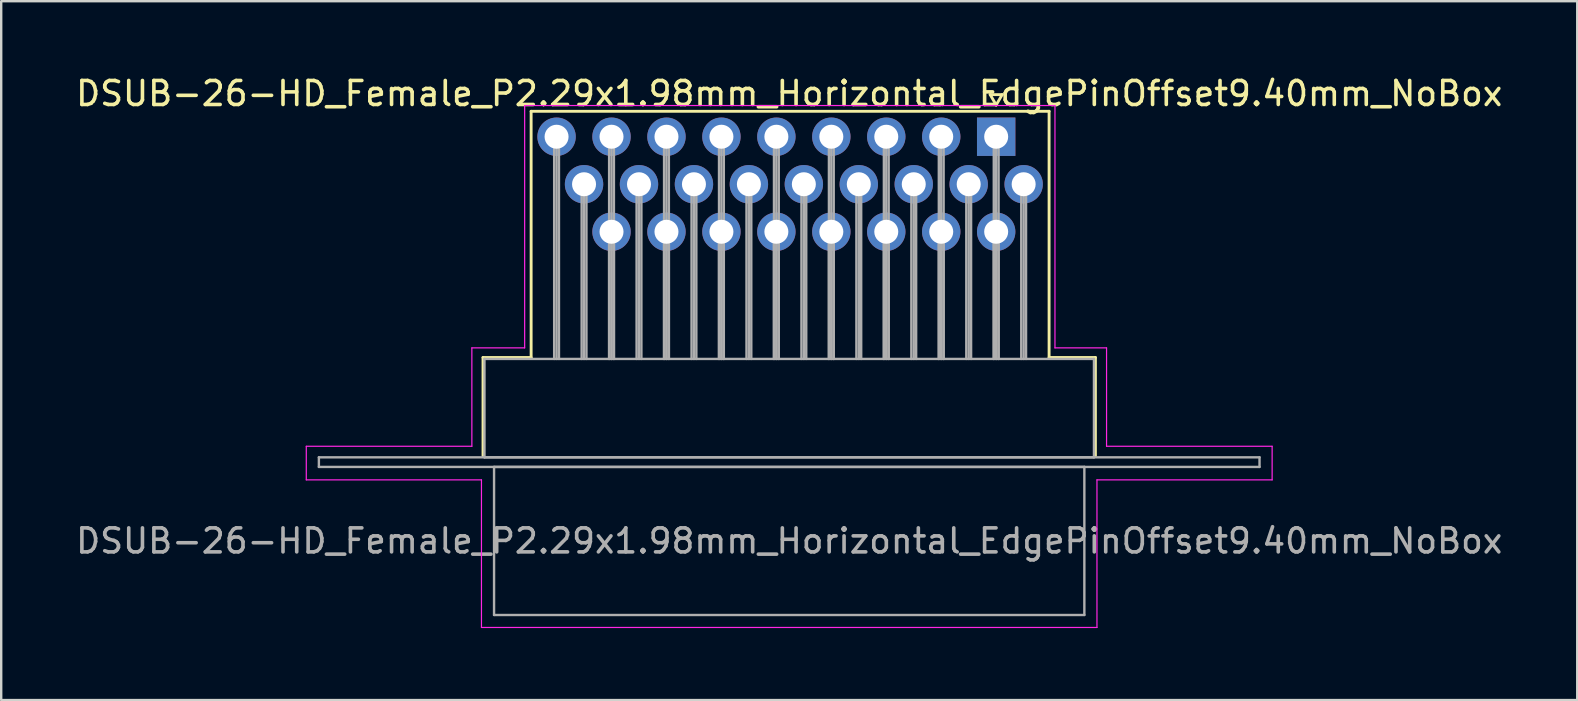
<source format=kicad_pcb>
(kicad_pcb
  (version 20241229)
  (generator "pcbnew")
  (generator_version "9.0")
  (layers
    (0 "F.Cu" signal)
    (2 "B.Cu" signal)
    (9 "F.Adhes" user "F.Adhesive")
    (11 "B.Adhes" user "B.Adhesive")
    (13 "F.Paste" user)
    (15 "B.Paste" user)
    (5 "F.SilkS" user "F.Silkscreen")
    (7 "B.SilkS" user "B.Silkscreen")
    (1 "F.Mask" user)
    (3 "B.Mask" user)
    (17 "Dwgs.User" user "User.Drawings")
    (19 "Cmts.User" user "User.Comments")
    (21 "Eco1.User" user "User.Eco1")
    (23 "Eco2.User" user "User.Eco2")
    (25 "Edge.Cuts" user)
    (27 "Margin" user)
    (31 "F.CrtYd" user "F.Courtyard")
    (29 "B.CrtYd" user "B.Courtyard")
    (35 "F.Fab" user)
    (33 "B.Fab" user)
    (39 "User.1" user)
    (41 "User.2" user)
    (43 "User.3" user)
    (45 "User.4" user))
  (footprint "DSUB-26-HD_Female_P2.29x1.98mm_Horizontal_EdgePinOffset9.40mm_NoBox"
    (layer "F.Cu")
    (at 38.464 2.648)
    (property "Reference" "DSUB-26-HD_Female_P2.29x1.98mm_Horizontal_EdgePinOffset9.40mm_NoBox" (at -8.625 -1.8 0) (layer "F.SilkS") (effects (font (size 1 1) (thickness 0.15))))
    (attr through_hole)
    (fp_line (start -21.385 9.2) (end -19.38 9.2) (stroke (width 0.12) (type solid)) (layer "F.SilkS"))
    (fp_line (start -21.385 13.3) (end -21.385 9.2) (stroke (width 0.12) (type solid)) (layer "F.SilkS"))
    (fp_line (start -19.38 -1.06) (end 2.205 -1.06) (stroke (width 0.12) (type solid)) (layer "F.SilkS"))
    (fp_line (start -19.38 9.2) (end -19.38 -1.06) (stroke (width 0.12) (type solid)) (layer "F.SilkS"))
    (fp_line (start -0.25 -1.754) (end 0.25 -1.754) (stroke (width 0.12) (type solid)) (layer "F.SilkS"))
    (fp_line (start 0 -1.321) (end -0.25 -1.754) (stroke (width 0.12) (type solid)) (layer "F.SilkS"))
    (fp_line (start 0.25 -1.754) (end 0 -1.321) (stroke (width 0.12) (type solid)) (layer "F.SilkS"))
    (fp_line (start 2.205 -1.06) (end 2.205 9.2) (stroke (width 0.12) (type solid)) (layer "F.SilkS"))
    (fp_line (start 2.205 9.2) (end 4.135 9.2) (stroke (width 0.12) (type solid)) (layer "F.SilkS"))
    (fp_line (start 4.135 9.2) (end 4.135 13.3) (stroke (width 0.12) (type solid)) (layer "F.SilkS"))
    (fp_line (start -28.75 12.9) (end -21.85 12.9) (stroke (width 0.05) (type solid)) (layer "F.CrtYd"))
    (fp_line (start -28.75 14.3) (end -28.75 12.9) (stroke (width 0.05) (type solid)) (layer "F.CrtYd"))
    (fp_line (start -21.85 8.8) (end -19.65 8.8) (stroke (width 0.05) (type solid)) (layer "F.CrtYd"))
    (fp_line (start -21.85 12.9) (end -21.85 8.8) (stroke (width 0.05) (type solid)) (layer "F.CrtYd"))
    (fp_line (start -21.45 14.3) (end -28.75 14.3) (stroke (width 0.05) (type solid)) (layer "F.CrtYd"))
    (fp_line (start -21.45 20.45) (end -21.45 14.3) (stroke (width 0.05) (type solid)) (layer "F.CrtYd"))
    (fp_line (start -19.65 -1.3) (end 2.45 -1.3) (stroke (width 0.05) (type solid)) (layer "F.CrtYd"))
    (fp_line (start -19.65 8.8) (end -19.65 -1.3) (stroke (width 0.05) (type solid)) (layer "F.CrtYd"))
    (fp_line (start 2.45 -1.3) (end 2.45 8.8) (stroke (width 0.05) (type solid)) (layer "F.CrtYd"))
    (fp_line (start 2.45 8.8) (end 4.6 8.8) (stroke (width 0.05) (type solid)) (layer "F.CrtYd"))
    (fp_line (start 4.2 14.3) (end 4.2 20.45) (stroke (width 0.05) (type solid)) (layer "F.CrtYd"))
    (fp_line (start 4.2 20.45) (end -21.45 20.45) (stroke (width 0.05) (type solid)) (layer "F.CrtYd"))
    (fp_line (start 4.6 8.8) (end 4.6 12.9) (stroke (width 0.05) (type solid)) (layer "F.CrtYd"))
    (fp_line (start 4.6 12.9) (end 11.5 12.9) (stroke (width 0.05) (type solid)) (layer "F.CrtYd"))
    (fp_line (start 11.5 12.9) (end 11.5 14.3) (stroke (width 0.05) (type solid)) (layer "F.CrtYd"))
    (fp_line (start 11.5 14.3) (end 4.2 14.3) (stroke (width 0.05) (type solid)) (layer "F.CrtYd"))
    (fp_line (start -28.225 13.36) (end -28.225 13.76) (stroke (width 0.1) (type solid)) (layer "F.Fab"))
    (fp_line (start -28.225 13.76) (end 10.975 13.76) (stroke (width 0.1) (type solid)) (layer "F.Fab"))
    (fp_line (start -21.325 9.26) (end -21.325 13.36) (stroke (width 0.1) (type solid)) (layer "F.Fab"))
    (fp_line (start -21.325 13.36) (end 4.075 13.36) (stroke (width 0.1) (type solid)) (layer "F.Fab"))
    (fp_line (start -20.925 13.76) (end -20.925 19.93) (stroke (width 0.1) (type solid)) (layer "F.Fab"))
    (fp_line (start -20.925 19.93) (end 3.675 19.93) (stroke (width 0.1) (type solid)) (layer "F.Fab"))
    (fp_line (start -18.42 0) (end -18.42 9.26) (stroke (width 0.1) (type solid)) (layer "F.Fab"))
    (fp_line (start -18.32 0) (end -18.32 9.26) (stroke (width 0.1) (type solid)) (layer "F.Fab"))
    (fp_line (start -18.22 0) (end -18.22 9.26) (stroke (width 0.1) (type solid)) (layer "F.Fab"))
    (fp_line (start -17.275 1.98) (end -17.275 9.26) (stroke (width 0.1) (type solid)) (layer "F.Fab"))
    (fp_line (start -17.175 1.98) (end -17.175 9.26) (stroke (width 0.1) (type solid)) (layer "F.Fab"))
    (fp_line (start -17.075 1.98) (end -17.075 9.26) (stroke (width 0.1) (type solid)) (layer "F.Fab"))
    (fp_line (start -16.13 0) (end -16.13 9.26) (stroke (width 0.1) (type solid)) (layer "F.Fab"))
    (fp_line (start -16.13 3.96) (end -16.13 9.26) (stroke (width 0.1) (type solid)) (layer "F.Fab"))
    (fp_line (start -16.03 0) (end -16.03 9.26) (stroke (width 0.1) (type solid)) (layer "F.Fab"))
    (fp_line (start -16.03 3.96) (end -16.03 9.26) (stroke (width 0.1) (type solid)) (layer "F.Fab"))
    (fp_line (start -15.93 0) (end -15.93 9.26) (stroke (width 0.1) (type solid)) (layer "F.Fab"))
    (fp_line (start -15.93 3.96) (end -15.93 9.26) (stroke (width 0.1) (type solid)) (layer "F.Fab"))
    (fp_line (start -14.985 1.98) (end -14.985 9.26) (stroke (width 0.1) (type solid)) (layer "F.Fab"))
    (fp_line (start -14.885 1.98) (end -14.885 9.26) (stroke (width 0.1) (type solid)) (layer "F.Fab"))
    (fp_line (start -14.785 1.98) (end -14.785 9.26) (stroke (width 0.1) (type solid)) (layer "F.Fab"))
    (fp_line (start -13.84 0) (end -13.84 9.26) (stroke (width 0.1) (type solid)) (layer "F.Fab"))
    (fp_line (start -13.84 3.96) (end -13.84 9.26) (stroke (width 0.1) (type solid)) (layer "F.Fab"))
    (fp_line (start -13.74 0) (end -13.74 9.26) (stroke (width 0.1) (type solid)) (layer "F.Fab"))
    (fp_line (start -13.74 3.96) (end -13.74 9.26) (stroke (width 0.1) (type solid)) (layer "F.Fab"))
    (fp_line (start -13.64 0) (end -13.64 9.26) (stroke (width 0.1) (type solid)) (layer "F.Fab"))
    (fp_line (start -13.64 3.96) (end -13.64 9.26) (stroke (width 0.1) (type solid)) (layer "F.Fab"))
    (fp_line (start -12.695 1.98) (end -12.695 9.26) (stroke (width 0.1) (type solid)) (layer "F.Fab"))
    (fp_line (start -12.595 1.98) (end -12.595 9.26) (stroke (width 0.1) (type solid)) (layer "F.Fab"))
    (fp_line (start -12.495 1.98) (end -12.495 9.26) (stroke (width 0.1) (type solid)) (layer "F.Fab"))
    (fp_line (start -11.55 0) (end -11.55 9.26) (stroke (width 0.1) (type solid)) (layer "F.Fab"))
    (fp_line (start -11.55 3.96) (end -11.55 9.26) (stroke (width 0.1) (type solid)) (layer "F.Fab"))
    (fp_line (start -11.45 0) (end -11.45 9.26) (stroke (width 0.1) (type solid)) (layer "F.Fab"))
    (fp_line (start -11.45 3.96) (end -11.45 9.26) (stroke (width 0.1) (type solid)) (layer "F.Fab"))
    (fp_line (start -11.35 0) (end -11.35 9.26) (stroke (width 0.1) (type solid)) (layer "F.Fab"))
    (fp_line (start -11.35 3.96) (end -11.35 9.26) (stroke (width 0.1) (type solid)) (layer "F.Fab"))
    (fp_line (start -10.405 1.98) (end -10.405 9.26) (stroke (width 0.1) (type solid)) (layer "F.Fab"))
    (fp_line (start -10.305 1.98) (end -10.305 9.26) (stroke (width 0.1) (type solid)) (layer "F.Fab"))
    (fp_line (start -10.205 1.98) (end -10.205 9.26) (stroke (width 0.1) (type solid)) (layer "F.Fab"))
    (fp_line (start -9.26 0) (end -9.26 9.26) (stroke (width 0.1) (type solid)) (layer "F.Fab"))
    (fp_line (start -9.26 3.96) (end -9.26 9.26) (stroke (width 0.1) (type solid)) (layer "F.Fab"))
    (fp_line (start -9.16 0) (end -9.16 9.26) (stroke (width 0.1) (type solid)) (layer "F.Fab"))
    (fp_line (start -9.16 3.96) (end -9.16 9.26) (stroke (width 0.1) (type solid)) (layer "F.Fab"))
    (fp_line (start -9.06 0) (end -9.06 9.26) (stroke (width 0.1) (type solid)) (layer "F.Fab"))
    (fp_line (start -9.06 3.96) (end -9.06 9.26) (stroke (width 0.1) (type solid)) (layer "F.Fab"))
    (fp_line (start -8.115 1.98) (end -8.115 9.26) (stroke (width 0.1) (type solid)) (layer "F.Fab"))
    (fp_line (start -8.015 1.98) (end -8.015 9.26) (stroke (width 0.1) (type solid)) (layer "F.Fab"))
    (fp_line (start -7.915 1.98) (end -7.915 9.26) (stroke (width 0.1) (type solid)) (layer "F.Fab"))
    (fp_line (start -6.97 0) (end -6.97 9.26) (stroke (width 0.1) (type solid)) (layer "F.Fab"))
    (fp_line (start -6.97 3.96) (end -6.97 9.26) (stroke (width 0.1) (type solid)) (layer "F.Fab"))
    (fp_line (start -6.87 0) (end -6.87 9.26) (stroke (width 0.1) (type solid)) (layer "F.Fab"))
    (fp_line (start -6.87 3.96) (end -6.87 9.26) (stroke (width 0.1) (type solid)) (layer "F.Fab"))
    (fp_line (start -6.77 0) (end -6.77 9.26) (stroke (width 0.1) (type solid)) (layer "F.Fab"))
    (fp_line (start -6.77 3.96) (end -6.77 9.26) (stroke (width 0.1) (type solid)) (layer "F.Fab"))
    (fp_line (start -5.825 1.98) (end -5.825 9.26) (stroke (width 0.1) (type solid)) (layer "F.Fab"))
    (fp_line (start -5.725 1.98) (end -5.725 9.26) (stroke (width 0.1) (type solid)) (layer "F.Fab"))
    (fp_line (start -5.625 1.98) (end -5.625 9.26) (stroke (width 0.1) (type solid)) (layer "F.Fab"))
    (fp_line (start -4.68 0) (end -4.68 9.26) (stroke (width 0.1) (type solid)) (layer "F.Fab"))
    (fp_line (start -4.68 3.96) (end -4.68 9.26) (stroke (width 0.1) (type solid)) (layer "F.Fab"))
    (fp_line (start -4.58 0) (end -4.58 9.26) (stroke (width 0.1) (type solid)) (layer "F.Fab"))
    (fp_line (start -4.58 3.96) (end -4.58 9.26) (stroke (width 0.1) (type solid)) (layer "F.Fab"))
    (fp_line (start -4.48 0) (end -4.48 9.26) (stroke (width 0.1) (type solid)) (layer "F.Fab"))
    (fp_line (start -4.48 3.96) (end -4.48 9.26) (stroke (width 0.1) (type solid)) (layer "F.Fab"))
    (fp_line (start -3.535 1.98) (end -3.535 9.26) (stroke (width 0.1) (type solid)) (layer "F.Fab"))
    (fp_line (start -3.435 1.98) (end -3.435 9.26) (stroke (width 0.1) (type solid)) (layer "F.Fab"))
    (fp_line (start -3.335 1.98) (end -3.335 9.26) (stroke (width 0.1) (type solid)) (layer "F.Fab"))
    (fp_line (start -2.39 0) (end -2.39 9.26) (stroke (width 0.1) (type solid)) (layer "F.Fab"))
    (fp_line (start -2.39 3.96) (end -2.39 9.26) (stroke (width 0.1) (type solid)) (layer "F.Fab"))
    (fp_line (start -2.29 0) (end -2.29 9.26) (stroke (width 0.1) (type solid)) (layer "F.Fab"))
    (fp_line (start -2.29 3.96) (end -2.29 9.26) (stroke (width 0.1) (type solid)) (layer "F.Fab"))
    (fp_line (start -2.19 0) (end -2.19 9.26) (stroke (width 0.1) (type solid)) (layer "F.Fab"))
    (fp_line (start -2.19 3.96) (end -2.19 9.26) (stroke (width 0.1) (type solid)) (layer "F.Fab"))
    (fp_line (start -1.245 1.98) (end -1.245 9.26) (stroke (width 0.1) (type solid)) (layer "F.Fab"))
    (fp_line (start -1.145 1.98) (end -1.145 9.26) (stroke (width 0.1) (type solid)) (layer "F.Fab"))
    (fp_line (start -1.045 1.98) (end -1.045 9.26) (stroke (width 0.1) (type solid)) (layer "F.Fab"))
    (fp_line (start -0.1 0) (end -0.1 9.26) (stroke (width 0.1) (type solid)) (layer "F.Fab"))
    (fp_line (start -0.1 3.96) (end -0.1 9.26) (stroke (width 0.1) (type solid)) (layer "F.Fab"))
    (fp_line (start 0 0) (end 0 9.26) (stroke (width 0.1) (type solid)) (layer "F.Fab"))
    (fp_line (start 0 3.96) (end 0 9.26) (stroke (width 0.1) (type solid)) (layer "F.Fab"))
    (fp_line (start 0.1 0) (end 0.1 9.26) (stroke (width 0.1) (type solid)) (layer "F.Fab"))
    (fp_line (start 0.1 3.96) (end 0.1 9.26) (stroke (width 0.1) (type solid)) (layer "F.Fab"))
    (fp_line (start 1.045 1.98) (end 1.045 9.26) (stroke (width 0.1) (type solid)) (layer "F.Fab"))
    (fp_line (start 1.145 1.98) (end 1.145 9.26) (stroke (width 0.1) (type solid)) (layer "F.Fab"))
    (fp_line (start 1.245 1.98) (end 1.245 9.26) (stroke (width 0.1) (type solid)) (layer "F.Fab"))
    (fp_line (start 3.675 13.76) (end -20.925 13.76) (stroke (width 0.1) (type solid)) (layer "F.Fab"))
    (fp_line (start 3.675 19.93) (end 3.675 13.76) (stroke (width 0.1) (type solid)) (layer "F.Fab"))
    (fp_line (start 4.075 9.26) (end -21.325 9.26) (stroke (width 0.1) (type solid)) (layer "F.Fab"))
    (fp_line (start 4.075 13.36) (end 4.075 9.26) (stroke (width 0.1) (type solid)) (layer "F.Fab"))
    (fp_line (start 10.975 13.36) (end -28.225 13.36) (stroke (width 0.1) (type solid)) (layer "F.Fab"))
    (fp_line (start 10.975 13.76) (end 10.975 13.36) (stroke (width 0.1) (type solid)) (layer "F.Fab"))
    (fp_text user "${REFERENCE}" (at -8.625 16.845 0) (layer "F.Fab") (effects (font (size 1 1) (thickness 0.15))))
    (pad "1" thru_hole rect (at 0 0) (size 1.6 1.6) (drill 1) (layers "*.Cu" "*.Mask"))
    (pad "2" thru_hole circle (at -2.29 0) (size 1.6 1.6) (drill 1) (layers "*.Cu" "*.Mask"))
    (pad "3" thru_hole circle (at -4.58 0) (size 1.6 1.6) (drill 1) (layers "*.Cu" "*.Mask"))
    (pad "4" thru_hole circle (at -6.87 0) (size 1.6 1.6) (drill 1) (layers "*.Cu" "*.Mask"))
    (pad "5" thru_hole circle (at -9.16 0) (size 1.6 1.6) (drill 1) (layers "*.Cu" "*.Mask"))
    (pad "6" thru_hole circle (at -11.45 0) (size 1.6 1.6) (drill 1) (layers "*.Cu" "*.Mask"))
    (pad "7" thru_hole circle (at -13.74 0) (size 1.6 1.6) (drill 1) (layers "*.Cu" "*.Mask"))
    (pad "8" thru_hole circle (at -16.03 0) (size 1.6 1.6) (drill 1) (layers "*.Cu" "*.Mask"))
    (pad "9" thru_hole circle (at -18.32 0) (size 1.6 1.6) (drill 1) (layers "*.Cu" "*.Mask"))
    (pad "10" thru_hole circle (at 1.145 1.98) (size 1.6 1.6) (drill 1) (layers "*.Cu" "*.Mask"))
    (pad "11" thru_hole circle (at -1.145 1.98) (size 1.6 1.6) (drill 1) (layers "*.Cu" "*.Mask"))
    (pad "12" thru_hole circle (at -3.435 1.98) (size 1.6 1.6) (drill 1) (layers "*.Cu" "*.Mask"))
    (pad "13" thru_hole circle (at -5.725 1.98) (size 1.6 1.6) (drill 1) (layers "*.Cu" "*.Mask"))
    (pad "14" thru_hole circle (at -8.015 1.98) (size 1.6 1.6) (drill 1) (layers "*.Cu" "*.Mask"))
    (pad "15" thru_hole circle (at -10.305 1.98) (size 1.6 1.6) (drill 1) (layers "*.Cu" "*.Mask"))
    (pad "16" thru_hole circle (at -12.595 1.98) (size 1.6 1.6) (drill 1) (layers "*.Cu" "*.Mask"))
    (pad "17" thru_hole circle (at -14.885 1.98) (size 1.6 1.6) (drill 1) (layers "*.Cu" "*.Mask"))
    (pad "18" thru_hole circle (at -17.175 1.98) (size 1.6 1.6) (drill 1) (layers "*.Cu" "*.Mask"))
    (pad "19" thru_hole circle (at 0 3.96) (size 1.6 1.6) (drill 1) (layers "*.Cu" "*.Mask"))
    (pad "20" thru_hole circle (at -2.29 3.96) (size 1.6 1.6) (drill 1) (layers "*.Cu" "*.Mask"))
    (pad "21" thru_hole circle (at -4.58 3.96) (size 1.6 1.6) (drill 1) (layers "*.Cu" "*.Mask"))
    (pad "22" thru_hole circle (at -6.87 3.96) (size 1.6 1.6) (drill 1) (layers "*.Cu" "*.Mask"))
    (pad "23" thru_hole circle (at -9.16 3.96) (size 1.6 1.6) (drill 1) (layers "*.Cu" "*.Mask"))
    (pad "24" thru_hole circle (at -11.45 3.96) (size 1.6 1.6) (drill 1) (layers "*.Cu" "*.Mask"))
    (pad "25" thru_hole circle (at -13.74 3.96) (size 1.6 1.6) (drill 1) (layers "*.Cu" "*.Mask"))
    (pad "26" thru_hole circle (at -16.03 3.96) (size 1.6 1.6) (drill 1) (layers "*.Cu" "*.Mask")))
  (gr_rect
    (start -3 -3)
    (end 62.679 26.123)
    (stroke (width 0.1) (type default))
    (fill no)
    (layer "Edge.Cuts")))
</source>
